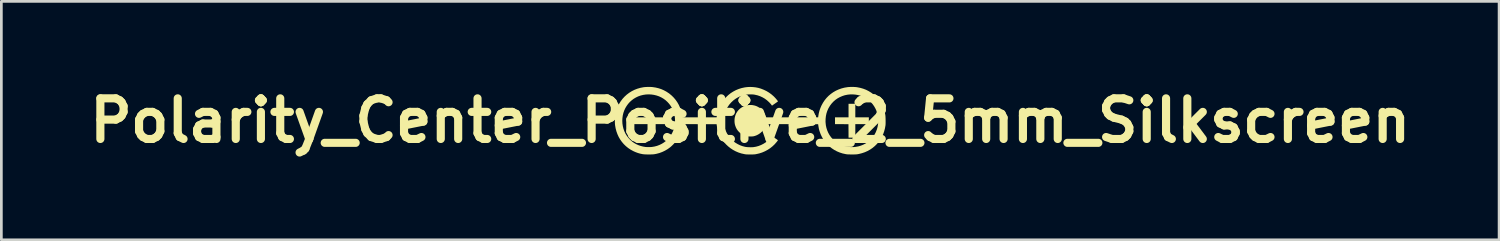
<source format=kicad_pcb>
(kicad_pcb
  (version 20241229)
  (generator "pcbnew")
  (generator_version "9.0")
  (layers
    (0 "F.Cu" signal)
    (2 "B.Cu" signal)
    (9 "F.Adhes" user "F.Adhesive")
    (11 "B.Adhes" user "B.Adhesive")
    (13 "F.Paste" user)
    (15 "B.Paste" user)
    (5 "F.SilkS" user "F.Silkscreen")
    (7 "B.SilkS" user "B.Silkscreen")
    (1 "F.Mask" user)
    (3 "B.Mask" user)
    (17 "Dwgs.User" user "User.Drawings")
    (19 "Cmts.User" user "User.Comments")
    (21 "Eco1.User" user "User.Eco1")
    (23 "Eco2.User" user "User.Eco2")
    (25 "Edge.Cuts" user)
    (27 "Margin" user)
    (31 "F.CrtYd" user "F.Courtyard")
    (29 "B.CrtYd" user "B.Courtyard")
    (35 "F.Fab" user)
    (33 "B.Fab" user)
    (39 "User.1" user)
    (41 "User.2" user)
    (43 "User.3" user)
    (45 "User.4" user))
  (footprint "Polarity_Center_Positive_2_5mm_Silkscreen"
    (layer "F.Cu")
    (at 24.657 1.404)
    (property "Reference" "Polarity_Center_Positive_2_5mm_Silkscreen" (at 0 0 0) (layer "F.SilkS") (effects (font (size 1.5 1.5) (thickness 0.3))))
    (attr board_only exclude_from_pos_files exclude_from_bom)
    (fp_poly (pts (xy -3.126 0.005) (xy -3.126 0.13) (xy -3.751 0.13) (xy -4.376 0.13) (xy -4.376 0.005) (xy -4.376 -0.12) (xy -3.751 -0.12) (xy -3.126 -0.12)) (stroke (width 0) (type solid)) (fill yes) (layer "F.SilkS"))
    (fp_poly (pts (xy 3.881 -0.37) (xy 3.881 -0.12) (xy 4.131 -0.12) (xy 4.381 -0.12) (xy 4.381 0.005) (xy 4.381 0.13) (xy 4.131 0.13) (xy 3.881 0.13) (xy 3.881 0.38) (xy 3.881 0.63) (xy 3.756 0.63) (xy 3.631 0.63) (xy 3.63 0.382) (xy 3.628 0.133) (xy 3.379 0.131) (xy 3.131 0.13) (xy 3.131 0.005) (xy 3.131 -0.12) (xy 3.381 -0.12) (xy 3.631 -0.12) (xy 3.631 -0.37) (xy 3.631 -0.62) (xy 3.756 -0.62) (xy 3.881 -0.62)) (stroke (width 0) (type solid)) (fill yes) (layer "F.SilkS"))
    (fp_poly (pts (xy 3.819 -1.243) (xy 3.873 -1.24) (xy 3.922 -1.236) (xy 3.949 -1.232) (xy 4.064 -1.209) (xy 4.173 -1.178) (xy 4.278 -1.138) (xy 4.376 -1.088) (xy 4.47 -1.03) (xy 4.559 -0.963) (xy 4.643 -0.887) (xy 4.657 -0.872) (xy 4.731 -0.79) (xy 4.796 -0.702) (xy 4.852 -0.61) (xy 4.9 -0.512) (xy 4.939 -0.407) (xy 4.971 -0.296) (xy 4.988 -0.216) (xy 4.991 -0.194) (xy 4.994 -0.164) (xy 4.996 -0.127) (xy 4.998 -0.086) (xy 4.999 -0.042) (xy 5 0.004) (xy 5 0.048) (xy 5 0.089) (xy 4.999 0.125) (xy 4.997 0.155) (xy 4.996 0.171) (xy 4.976 0.285) (xy 4.947 0.395) (xy 4.91 0.5) (xy 4.863 0.6) (xy 4.809 0.694) (xy 4.747 0.783) (xy 4.677 0.865) (xy 4.601 0.94) (xy 4.518 1.009) (xy 4.428 1.07) (xy 4.333 1.123) (xy 4.232 1.168) (xy 4.125 1.204) (xy 4.014 1.232) (xy 3.973 1.24) (xy 3.953 1.243) (xy 3.934 1.245) (xy 3.914 1.247) (xy 3.892 1.248) (xy 3.865 1.249) (xy 3.832 1.25) (xy 3.791 1.25) (xy 3.751 1.25) (xy 3.705 1.25) (xy 3.666 1.249) (xy 3.635 1.249) (xy 3.61 1.248) (xy 3.588 1.246) (xy 3.568 1.244) (xy 3.549 1.242) (xy 3.528 1.238) (xy 3.521 1.237) (xy 3.412 1.213) (xy 3.306 1.179) (xy 3.203 1.136) (xy 3.105 1.084) (xy 3.011 1.022) (xy 2.923 0.953) (xy 2.843 0.876) (xy 2.771 0.793) (xy 2.706 0.703) (xy 2.65 0.607) (xy 2.602 0.507) (xy 2.564 0.401) (xy 2.562 0.397) (xy 2.551 0.359) (xy 2.542 0.326) (xy 2.534 0.293) (xy 2.528 0.257) (xy 2.52 0.215) (xy 2.519 0.206) (xy 2.508 0.133) (xy 1.54 0.132) (xy 0.573 0.13) (xy 0.57 0.145) (xy 0.551 0.21) (xy 0.523 0.274) (xy 0.487 0.335) (xy 0.445 0.391) (xy 0.423 0.415) (xy 0.371 0.462) (xy 0.311 0.503) (xy 0.246 0.538) (xy 0.179 0.564) (xy 0.154 0.571) (xy 0.134 0.576) (xy 0.117 0.58) (xy 0.099 0.583) (xy 0.08 0.584) (xy 0.056 0.585) (xy 0.025 0.585) (xy 0.005 0.586) (xy -0.031 0.586) (xy -0.059 0.585) (xy -0.082 0.584) (xy -0.1 0.582) (xy -0.118 0.579) (xy -0.136 0.575) (xy -0.138 0.574) (xy -0.214 0.55) (xy -0.284 0.517) (xy -0.349 0.476) (xy -0.406 0.428) (xy -0.456 0.373) (xy -0.499 0.312) (xy -0.533 0.244) (xy -0.559 0.17) (xy -0.569 0.13) (xy -0.576 0.086) (xy -0.579 0.045) (xy 2.781 0.045) (xy 2.783 0.073) (xy 2.793 0.171) (xy 2.813 0.266) (xy 2.842 0.358) (xy 2.879 0.445) (xy 2.925 0.529) (xy 2.979 0.606) (xy 3.04 0.678) (xy 3.108 0.744) (xy 3.183 0.803) (xy 3.264 0.854) (xy 3.35 0.897) (xy 3.433 0.929) (xy 3.529 0.955) (xy 3.628 0.972) (xy 3.729 0.979) (xy 3.829 0.977) (xy 3.884 0.971) (xy 3.984 0.954) (xy 4.08 0.927) (xy 4.171 0.891) (xy 4.257 0.847) (xy 4.337 0.794) (xy 4.411 0.734) (xy 4.479 0.667) (xy 4.54 0.593) (xy 4.593 0.513) (xy 4.638 0.426) (xy 4.674 0.334) (xy 4.678 0.325) (xy 4.704 0.228) (xy 4.721 0.129) (xy 4.728 0.029) (xy 4.725 -0.071) (xy 4.713 -0.17) (xy 4.692 -0.267) (xy 4.661 -0.361) (xy 4.629 -0.434) (xy 4.581 -0.521) (xy 4.525 -0.602) (xy 4.461 -0.676) (xy 4.388 -0.744) (xy 4.308 -0.805) (xy 4.274 -0.827) (xy 4.247 -0.843) (xy 4.212 -0.86) (xy 4.174 -0.879) (xy 4.134 -0.896) (xy 4.097 -0.91) (xy 4.072 -0.919) (xy 3.981 -0.944) (xy 3.885 -0.96) (xy 3.787 -0.968) (xy 3.689 -0.967) (xy 3.593 -0.957) (xy 3.5 -0.938) (xy 3.498 -0.938) (xy 3.402 -0.907) (xy 3.311 -0.868) (xy 3.225 -0.821) (xy 3.145 -0.765) (xy 3.072 -0.701) (xy 3.006 -0.63) (xy 2.947 -0.552) (xy 2.896 -0.467) (xy 2.883 -0.443) (xy 2.844 -0.353) (xy 2.814 -0.26) (xy 2.794 -0.162) (xy 2.783 -0.061) (xy 2.781 0.045) (xy -0.579 0.045) (xy -0.58 0.035) (xy -0.58 -0.018) (xy -0.577 -0.069) (xy -0.57 -0.114) (xy -0.569 -0.12) (xy -0.548 -0.196) (xy -0.518 -0.267) (xy -0.479 -0.331) (xy -0.433 -0.39) (xy -0.379 -0.441) (xy -0.317 -0.486) (xy -0.263 -0.516) (xy -0.189 -0.547) (xy -0.114 -0.567) (xy -0.038 -0.577) (xy 0.04 -0.577) (xy 0.099 -0.57) (xy 0.176 -0.553) (xy 0.247 -0.527) (xy 0.314 -0.491) (xy 0.375 -0.447) (xy 0.423 -0.402) (xy 0.469 -0.349) (xy 0.507 -0.294) (xy 0.537 -0.235) (xy 0.56 -0.17) (xy 0.568 -0.142) (xy 0.573 -0.12) (xy 1.541 -0.12) (xy 2.509 -0.12) (xy 2.515 -0.171) (xy 2.532 -0.268) (xy 2.557 -0.367) (xy 2.591 -0.464) (xy 2.631 -0.557) (xy 2.633 -0.56) (xy 2.687 -0.659) (xy 2.749 -0.752) (xy 2.818 -0.837) (xy 2.894 -0.915) (xy 2.977 -0.985) (xy 3.066 -1.048) (xy 3.161 -1.103) (xy 3.262 -1.149) (xy 3.367 -1.187) (xy 3.477 -1.216) (xy 3.592 -1.235) (xy 3.61 -1.237) (xy 3.655 -1.241) (xy 3.707 -1.243) (xy 3.763 -1.244)) (stroke (width 0) (type solid)) (fill yes) (layer "F.SilkS"))
    (fp_poly (pts (xy -3.69 -1.243) (xy -3.641 -1.241) (xy -3.608 -1.238) (xy -3.496 -1.221) (xy -3.389 -1.196) (xy -3.288 -1.163) (xy -3.192 -1.121) (xy -3.099 -1.071) (xy -3.009 -1.012) (xy -2.98 -0.991) (xy -2.898 -0.922) (xy -2.821 -0.845) (xy -2.751 -0.761) (xy -2.69 -0.672) (xy -2.636 -0.577) (xy -2.631 -0.566) (xy -2.589 -0.472) (xy -2.556 -0.38) (xy -2.531 -0.286) (xy -2.513 -0.187) (xy -2.513 -0.186) (xy -2.503 -0.12) (xy -1.872 -0.12) (xy -1.24 -0.12) (xy -1.24 -0.135) (xy -1.239 -0.146) (xy -1.236 -0.164) (xy -1.233 -0.188) (xy -1.228 -0.215) (xy -1.227 -0.221) (xy -1.201 -0.332) (xy -1.166 -0.439) (xy -1.121 -0.542) (xy -1.067 -0.641) (xy -1.003 -0.735) (xy -0.93 -0.824) (xy -0.894 -0.864) (xy -0.811 -0.942) (xy -0.723 -1.012) (xy -0.629 -1.072) (xy -0.53 -1.125) (xy -0.425 -1.168) (xy -0.316 -1.202) (xy -0.203 -1.226) (xy -0.201 -1.227) (xy -0.103 -1.239) (xy -0.003 -1.243) (xy 0.099 -1.239) (xy 0.199 -1.228) (xy 0.297 -1.209) (xy 0.389 -1.182) (xy 0.395 -1.18) (xy 0.502 -1.138) (xy 0.601 -1.09) (xy 0.694 -1.034) (xy 0.781 -0.971) (xy 0.863 -0.9) (xy 0.869 -0.894) (xy 0.892 -0.871) (xy 0.916 -0.846) (xy 0.94 -0.82) (xy 0.962 -0.794) (xy 0.983 -0.769) (xy 1 -0.747) (xy 1.014 -0.729) (xy 1.022 -0.715) (xy 1.024 -0.708) (xy 1.023 -0.708) (xy 1.019 -0.704) (xy 1.006 -0.695) (xy 0.989 -0.682) (xy 0.966 -0.666) (xy 0.94 -0.648) (xy 0.936 -0.645) (xy 0.908 -0.626) (xy 0.882 -0.607) (xy 0.858 -0.591) (xy 0.84 -0.578) (xy 0.828 -0.57) (xy 0.828 -0.57) (xy 0.804 -0.552) (xy 0.779 -0.587) (xy 0.766 -0.604) (xy 0.747 -0.625) (xy 0.726 -0.649) (xy 0.703 -0.673) (xy 0.693 -0.683) (xy 0.618 -0.751) (xy 0.537 -0.811) (xy 0.451 -0.861) (xy 0.361 -0.902) (xy 0.267 -0.934) (xy 0.169 -0.956) (xy 0.136 -0.962) (xy 0.094 -0.966) (xy 0.044 -0.968) (xy -0.009 -0.968) (xy -0.062 -0.967) (xy -0.113 -0.963) (xy -0.159 -0.958) (xy -0.185 -0.953) (xy -0.276 -0.931) (xy -0.365 -0.899) (xy -0.452 -0.859) (xy -0.534 -0.811) (xy -0.609 -0.757) (xy -0.633 -0.737) (xy -0.707 -0.667) (xy -0.773 -0.591) (xy -0.83 -0.509) (xy -0.877 -0.423) (xy -0.916 -0.331) (xy -0.946 -0.235) (xy -0.966 -0.134) (xy -0.975 -0.062) (xy -0.977 0.03) (xy -0.97 0.123) (xy -0.954 0.216) (xy -0.929 0.307) (xy -0.895 0.397) (xy -0.853 0.483) (xy -0.803 0.564) (xy -0.757 0.626) (xy -0.723 0.664) (xy -0.684 0.704) (xy -0.641 0.744) (xy -0.597 0.781) (xy -0.555 0.812) (xy -0.546 0.818) (xy -0.463 0.868) (xy -0.379 0.909) (xy -0.291 0.942) (xy -0.197 0.967) (xy -0.182 0.97) (xy -0.152 0.975) (xy -0.113 0.979) (xy -0.07 0.981) (xy -0.024 0.983) (xy 0.021 0.984) (xy 0.064 0.983) (xy 0.101 0.981) (xy 0.118 0.98) (xy 0.217 0.963) (xy 0.313 0.936) (xy 0.405 0.899) (xy 0.493 0.854) (xy 0.576 0.8) (xy 0.653 0.737) (xy 0.724 0.667) (xy 0.762 0.624) (xy 0.777 0.605) (xy 0.791 0.589) (xy 0.801 0.578) (xy 0.805 0.573) (xy 0.806 0.573) (xy 0.811 0.576) (xy 0.823 0.584) (xy 0.84 0.596) (xy 0.862 0.61) (xy 0.887 0.627) (xy 0.913 0.645) (xy 0.939 0.664) (xy 0.964 0.681) (xy 0.986 0.696) (xy 1.003 0.709) (xy 1.015 0.717) (xy 1.02 0.721) (xy 1.021 0.725) (xy 1.018 0.733) (xy 1.011 0.745) (xy 0.998 0.762) (xy 0.981 0.784) (xy 0.906 0.871) (xy 0.824 0.949) (xy 0.737 1.019) (xy 0.643 1.08) (xy 0.544 1.133) (xy 0.439 1.178) (xy 0.33 1.213) (xy 0.215 1.239) (xy 0.196 1.242) (xy 0.176 1.245) (xy 0.152 1.247) (xy 0.123 1.249) (xy 0.086 1.25) (xy 0.041 1.25) (xy -0.000336 1.25) (xy -0.045 1.25) (xy -0.081 1.25) (xy -0.111 1.249) (xy -0.135 1.248) (xy -0.155 1.247) (xy -0.174 1.245) (xy -0.193 1.242) (xy -0.214 1.238) (xy -0.221 1.237) (xy -0.331 1.212) (xy -0.438 1.177) (xy -0.54 1.133) (xy -0.637 1.081) (xy -0.729 1.02) (xy -0.815 0.952) (xy -0.895 0.877) (xy -0.968 0.795) (xy -1.033 0.707) (xy -1.091 0.612) (xy -1.14 0.512) (xy -1.181 0.408) (xy -1.193 0.369) (xy -1.212 0.298) (xy -1.229 0.22) (xy -1.238 0.161) (xy -1.242 0.133) (xy -1.873 0.132) (xy -2.504 0.13) (xy -2.508 0.163) (xy -2.524 0.267) (xy -2.55 0.371) (xy -2.585 0.473) (xy -2.629 0.573) (xy -2.681 0.669) (xy -2.74 0.759) (xy -2.77 0.8) (xy -2.79 0.823) (xy -2.815 0.85) (xy -2.844 0.881) (xy -2.875 0.911) (xy -2.905 0.94) (xy -2.933 0.965) (xy -2.956 0.985) (xy -2.956 0.985) (xy -3.05 1.053) (xy -3.147 1.11) (xy -3.248 1.158) (xy -3.352 1.197) (xy -3.461 1.226) (xy -3.534 1.24) (xy -3.565 1.244) (xy -3.603 1.247) (xy -3.648 1.249) (xy -3.697 1.25) (xy -3.747 1.251) (xy -3.798 1.25) (xy -3.848 1.249) (xy -3.893 1.247) (xy -3.932 1.244) (xy -3.963 1.241) (xy -3.969 1.24) (xy -4.061 1.221) (xy -4.149 1.196) (xy -4.235 1.164) (xy -4.316 1.128) (xy -4.415 1.074) (xy -4.507 1.013) (xy -4.592 0.944) (xy -4.67 0.868) (xy -4.74 0.786) (xy -4.803 0.697) (xy -4.858 0.603) (xy -4.904 0.502) (xy -4.942 0.397) (xy -4.971 0.287) (xy -4.991 0.173) (xy -4.993 0.151) (xy -4.997 0.106) (xy -4.999 0.054) (xy -5 0.005) (xy -4.725 0.005) (xy -4.72 0.108) (xy -4.705 0.207) (xy -4.681 0.304) (xy -4.648 0.396) (xy -4.607 0.483) (xy -4.556 0.565) (xy -4.497 0.642) (xy -4.43 0.713) (xy -4.356 0.778) (xy -4.292 0.823) (xy -4.217 0.867) (xy -4.134 0.905) (xy -4.047 0.936) (xy -3.958 0.959) (xy -3.87 0.974) (xy -3.837 0.976) (xy -3.797 0.978) (xy -3.753 0.978) (xy -3.709 0.978) (xy -3.669 0.976) (xy -3.637 0.974) (xy -3.538 0.958) (xy -3.442 0.933) (xy -3.352 0.899) (xy -3.266 0.857) (xy -3.186 0.807) (xy -3.112 0.75) (xy -3.044 0.686) (xy -2.983 0.615) (xy -2.928 0.539) (xy -2.882 0.457) (xy -2.843 0.37) (xy -2.813 0.278) (xy -2.792 0.182) (xy -2.779 0.083) (xy -2.776 0.005) (xy -2.781 -0.097) (xy -2.796 -0.196) (xy -2.819 -0.29) (xy -2.852 -0.381) (xy -2.892 -0.467) (xy -2.94 -0.547) (xy -2.996 -0.622) (xy -3.058 -0.69) (xy -3.127 -0.753) (xy -3.202 -0.808) (xy -3.283 -0.856) (xy -3.369 -0.896) (xy -3.46 -0.927) (xy -3.555 -0.95) (xy -3.654 -0.964) (xy -3.752 -0.969) (xy -3.854 -0.964) (xy -3.953 -0.949) (xy -4.047 -0.926) (xy -4.138 -0.894) (xy -4.223 -0.853) (xy -4.304 -0.805) (xy -4.378 -0.749) (xy -4.447 -0.687) (xy -4.509 -0.618) (xy -4.564 -0.542) (xy -4.612 -0.462) (xy -4.652 -0.376) (xy -4.684 -0.285) (xy -4.707 -0.19) (xy -4.72 -0.091) (xy -4.725 0.005) (xy -5 0.005) (xy -5 -0.001) (xy -4.998 -0.058) (xy -4.996 -0.111) (xy -4.991 -0.16) (xy -4.988 -0.188) (xy -4.965 -0.302) (xy -4.934 -0.411) (xy -4.893 -0.516) (xy -4.845 -0.615) (xy -4.787 -0.708) (xy -4.722 -0.795) (xy -4.719 -0.8) (xy -4.642 -0.884) (xy -4.559 -0.96) (xy -4.47 -1.027) (xy -4.375 -1.086) (xy -4.276 -1.136) (xy -4.17 -1.177) (xy -4.06 -1.209) (xy -3.944 -1.232) (xy -3.943 -1.232) (xy -3.901 -1.237) (xy -3.852 -1.241) (xy -3.798 -1.243) (xy -3.743 -1.244)) (stroke (width 0) (type solid)) (fill yes) (layer "F.SilkS")))
  (gr_rect
    (start -3 -3)
    (end 52.314 5.808)
    (stroke (width 0.1) (type default))
    (fill no)
    (layer "Edge.Cuts")))
</source>
